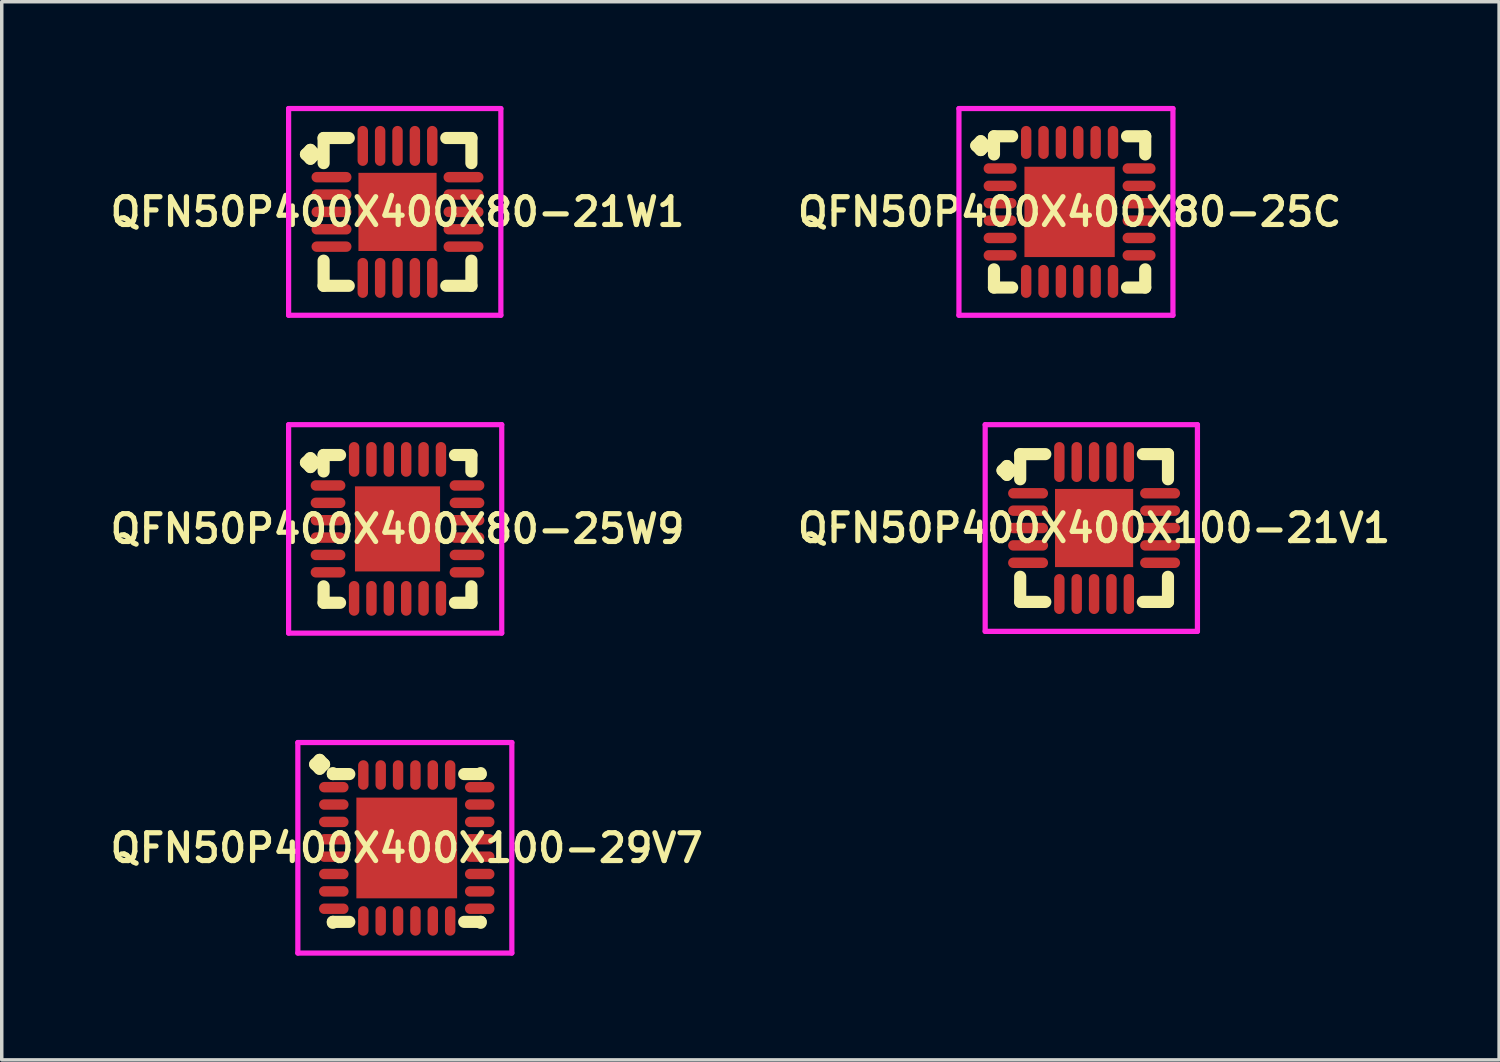
<source format=kicad_pcb>
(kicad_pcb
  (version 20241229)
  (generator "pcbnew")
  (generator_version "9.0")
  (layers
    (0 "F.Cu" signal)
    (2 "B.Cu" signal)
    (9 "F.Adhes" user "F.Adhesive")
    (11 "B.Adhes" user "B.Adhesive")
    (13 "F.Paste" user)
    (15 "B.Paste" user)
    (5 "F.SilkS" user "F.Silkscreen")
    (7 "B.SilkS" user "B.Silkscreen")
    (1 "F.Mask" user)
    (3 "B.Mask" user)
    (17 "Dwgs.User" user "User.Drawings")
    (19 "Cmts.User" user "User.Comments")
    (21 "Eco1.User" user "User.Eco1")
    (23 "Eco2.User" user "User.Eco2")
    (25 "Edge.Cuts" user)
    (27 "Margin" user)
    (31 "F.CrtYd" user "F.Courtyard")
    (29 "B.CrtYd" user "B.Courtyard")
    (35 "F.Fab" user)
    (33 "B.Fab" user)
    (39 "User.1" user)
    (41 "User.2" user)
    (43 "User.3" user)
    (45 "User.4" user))
  (footprint "QFN50P400X400X80-21W1"
    (layer "F.Cu")
    (at 8.393 3.05)
    (property "Reference" "QFN50P400X400X80-21W1" (at 0 0 0) (layer "F.SilkS") (effects (font (size 0.8 0.8) (thickness 0.15))))
    (attr smd)
    (fp_line (start -2.635 -1.658) (end -2.508 -1.785) (stroke (width 0.35) (type solid)) (layer "F.SilkS"))
    (fp_line (start -2.508 -1.785) (end -2.381 -1.658) (stroke (width 0.35) (type solid)) (layer "F.SilkS"))
    (fp_line (start -2.508 -1.531) (end -2.635 -1.658) (stroke (width 0.35) (type solid)) (layer "F.SilkS"))
    (fp_line (start -2.381 -1.658) (end -2.508 -1.531) (stroke (width 0.35) (type solid)) (layer "F.SilkS"))
    (fp_line (start -2.127 -2.127) (end -1.404 -2.127) (stroke (width 0.35) (type solid)) (layer "F.SilkS"))
    (fp_line (start -2.127 -1.404) (end -2.127 -2.127) (stroke (width 0.35) (type solid)) (layer "F.SilkS"))
    (fp_line (start -2.127 1.404) (end -2.127 2.127) (stroke (width 0.35) (type solid)) (layer "F.SilkS"))
    (fp_line (start -2.127 2.127) (end -1.404 2.127) (stroke (width 0.35) (type solid)) (layer "F.SilkS"))
    (fp_line (start 1.404 -2.127) (end 2.127 -2.127) (stroke (width 0.35) (type solid)) (layer "F.SilkS"))
    (fp_line (start 1.404 2.127) (end 2.127 2.127) (stroke (width 0.35) (type solid)) (layer "F.SilkS"))
    (fp_line (start 2.127 -2.127) (end 2.127 -1.404) (stroke (width 0.35) (type solid)) (layer "F.SilkS"))
    (fp_line (start 2.127 2.127) (end 2.127 1.404) (stroke (width 0.35) (type solid)) (layer "F.SilkS"))
    (fp_line (start -3.135 -2.975) (end 2.975 -2.975) (stroke (width 0.15) (type solid)) (layer "F.CrtYd"))
    (fp_line (start -3.135 2.975) (end -3.135 -2.975) (stroke (width 0.15) (type solid)) (layer "F.CrtYd"))
    (fp_line (start 2.975 -2.975) (end 2.975 2.975) (stroke (width 0.15) (type solid)) (layer "F.CrtYd"))
    (fp_line (start 2.975 2.975) (end -3.135 2.975) (stroke (width 0.15) (type solid)) (layer "F.CrtYd"))
    (pad "1" smd oval (at -1.9 -1) (size 1.15 0.3) (layers "F.Cu" "F.Mask" "F.Paste"))
    (pad "2" smd oval (at -1.9 -0.5) (size 1.15 0.3) (layers "F.Cu" "F.Mask" "F.Paste"))
    (pad "3" smd oval (at -1.9 0) (size 1.15 0.3) (layers "F.Cu" "F.Mask" "F.Paste"))
    (pad "4" smd oval (at -1.9 0.5) (size 1.15 0.3) (layers "F.Cu" "F.Mask" "F.Paste"))
    (pad "5" smd oval (at -1.9 1) (size 1.15 0.3) (layers "F.Cu" "F.Mask" "F.Paste"))
    (pad "6" smd oval (at -1 1.9) (size 0.3 1.15) (layers "F.Cu" "F.Mask" "F.Paste"))
    (pad "7" smd oval (at -0.5 1.9) (size 0.3 1.15) (layers "F.Cu" "F.Mask" "F.Paste"))
    (pad "8" smd oval (at 0 1.9) (size 0.3 1.15) (layers "F.Cu" "F.Mask" "F.Paste"))
    (pad "9" smd oval (at 0.5 1.9) (size 0.3 1.15) (layers "F.Cu" "F.Mask" "F.Paste"))
    (pad "10" smd oval (at 1 1.9) (size 0.3 1.15) (layers "F.Cu" "F.Mask" "F.Paste"))
    (pad "11" smd oval (at 1.9 1) (size 1.15 0.3) (layers "F.Cu" "F.Mask" "F.Paste"))
    (pad "12" smd oval (at 1.9 0.5) (size 1.15 0.3) (layers "F.Cu" "F.Mask" "F.Paste"))
    (pad "13" smd oval (at 1.9 0) (size 1.15 0.3) (layers "F.Cu" "F.Mask" "F.Paste"))
    (pad "14" smd oval (at 1.9 -0.5) (size 1.15 0.3) (layers "F.Cu" "F.Mask" "F.Paste"))
    (pad "15" smd oval (at 1.9 -1) (size 1.15 0.3) (layers "F.Cu" "F.Mask" "F.Paste"))
    (pad "16" smd oval (at 1 -1.9) (size 0.3 1.15) (layers "F.Cu" "F.Mask" "F.Paste"))
    (pad "17" smd oval (at 0.5 -1.9) (size 0.3 1.15) (layers "F.Cu" "F.Mask" "F.Paste"))
    (pad "18" smd oval (at 0 -1.9) (size 0.3 1.15) (layers "F.Cu" "F.Mask" "F.Paste"))
    (pad "19" smd oval (at -0.5 -1.9) (size 0.3 1.15) (layers "F.Cu" "F.Mask" "F.Paste"))
    (pad "20" smd oval (at -1 -1.9) (size 0.3 1.15) (layers "F.Cu" "F.Mask" "F.Paste"))
    (pad "21" smd rect (at 0 0) (size 2.25 2.25) (layers "F.Cu" "F.Mask" "F.Paste")))
  (footprint "QFN50P400X400X80-25C"
    (layer "F.Cu")
    (at 27.74 3.05)
    (property "Reference" "QFN50P400X400X80-25C" (at 0 0 0) (layer "F.SilkS") (effects (font (size 0.8 0.8) (thickness 0.15))))
    (attr smd)
    (fp_line (start -2.685 -1.908) (end -2.558 -2.035) (stroke (width 0.35) (type solid)) (layer "F.SilkS"))
    (fp_line (start -2.558 -2.035) (end -2.431 -1.908) (stroke (width 0.35) (type solid)) (layer "F.SilkS"))
    (fp_line (start -2.558 -1.781) (end -2.685 -1.908) (stroke (width 0.35) (type solid)) (layer "F.SilkS"))
    (fp_line (start -2.431 -1.908) (end -2.558 -1.781) (stroke (width 0.35) (type solid)) (layer "F.SilkS"))
    (fp_line (start -2.177 -2.177) (end -1.654 -2.177) (stroke (width 0.35) (type solid)) (layer "F.SilkS"))
    (fp_line (start -2.177 -1.654) (end -2.177 -2.177) (stroke (width 0.35) (type solid)) (layer "F.SilkS"))
    (fp_line (start -2.177 1.654) (end -2.177 2.177) (stroke (width 0.35) (type solid)) (layer "F.SilkS"))
    (fp_line (start -2.177 2.177) (end -1.654 2.177) (stroke (width 0.35) (type solid)) (layer "F.SilkS"))
    (fp_line (start 1.654 -2.177) (end 2.177 -2.177) (stroke (width 0.35) (type solid)) (layer "F.SilkS"))
    (fp_line (start 1.654 2.177) (end 2.177 2.177) (stroke (width 0.35) (type solid)) (layer "F.SilkS"))
    (fp_line (start 2.177 -2.177) (end 2.177 -1.654) (stroke (width 0.35) (type solid)) (layer "F.SilkS"))
    (fp_line (start 2.177 2.177) (end 2.177 1.654) (stroke (width 0.35) (type solid)) (layer "F.SilkS"))
    (fp_line (start -3.185 -2.975) (end 2.975 -2.975) (stroke (width 0.15) (type solid)) (layer "F.CrtYd"))
    (fp_line (start -3.185 2.975) (end -3.185 -2.975) (stroke (width 0.15) (type solid)) (layer "F.CrtYd"))
    (fp_line (start 2.975 -2.975) (end 2.975 2.975) (stroke (width 0.15) (type solid)) (layer "F.CrtYd"))
    (fp_line (start 2.975 2.975) (end -3.185 2.975) (stroke (width 0.15) (type solid)) (layer "F.CrtYd"))
    (pad "1" smd oval (at -2 -1.25) (size 0.95 0.3) (layers "F.Cu" "F.Mask" "F.Paste"))
    (pad "2" smd oval (at -2 -0.75) (size 0.95 0.3) (layers "F.Cu" "F.Mask" "F.Paste"))
    (pad "3" smd oval (at -2 -0.25) (size 0.95 0.3) (layers "F.Cu" "F.Mask" "F.Paste"))
    (pad "4" smd oval (at -2 0.25) (size 0.95 0.3) (layers "F.Cu" "F.Mask" "F.Paste"))
    (pad "5" smd oval (at -2 0.75) (size 0.95 0.3) (layers "F.Cu" "F.Mask" "F.Paste"))
    (pad "6" smd oval (at -2 1.25) (size 0.95 0.3) (layers "F.Cu" "F.Mask" "F.Paste"))
    (pad "7" smd oval (at -1.25 2) (size 0.3 0.95) (layers "F.Cu" "F.Mask" "F.Paste"))
    (pad "8" smd oval (at -0.75 2) (size 0.3 0.95) (layers "F.Cu" "F.Mask" "F.Paste"))
    (pad "9" smd oval (at -0.25 2) (size 0.3 0.95) (layers "F.Cu" "F.Mask" "F.Paste"))
    (pad "10" smd oval (at 0.25 2) (size 0.3 0.95) (layers "F.Cu" "F.Mask" "F.Paste"))
    (pad "11" smd oval (at 0.75 2) (size 0.3 0.95) (layers "F.Cu" "F.Mask" "F.Paste"))
    (pad "12" smd oval (at 1.25 2) (size 0.3 0.95) (layers "F.Cu" "F.Mask" "F.Paste"))
    (pad "13" smd oval (at 2 1.25) (size 0.95 0.3) (layers "F.Cu" "F.Mask" "F.Paste"))
    (pad "14" smd oval (at 2 0.75) (size 0.95 0.3) (layers "F.Cu" "F.Mask" "F.Paste"))
    (pad "15" smd oval (at 2 0.25) (size 0.95 0.3) (layers "F.Cu" "F.Mask" "F.Paste"))
    (pad "16" smd oval (at 2 -0.25) (size 0.95 0.3) (layers "F.Cu" "F.Mask" "F.Paste"))
    (pad "17" smd oval (at 2 -0.75) (size 0.95 0.3) (layers "F.Cu" "F.Mask" "F.Paste"))
    (pad "18" smd oval (at 2 -1.25) (size 0.95 0.3) (layers "F.Cu" "F.Mask" "F.Paste"))
    (pad "19" smd oval (at 1.25 -2) (size 0.3 0.95) (layers "F.Cu" "F.Mask" "F.Paste"))
    (pad "20" smd oval (at 0.75 -2) (size 0.3 0.95) (layers "F.Cu" "F.Mask" "F.Paste"))
    (pad "21" smd oval (at 0.25 -2) (size 0.3 0.95) (layers "F.Cu" "F.Mask" "F.Paste"))
    (pad "22" smd oval (at -0.25 -2) (size 0.3 0.95) (layers "F.Cu" "F.Mask" "F.Paste"))
    (pad "23" smd oval (at -0.75 -2) (size 0.3 0.95) (layers "F.Cu" "F.Mask" "F.Paste"))
    (pad "24" smd oval (at -1.25 -2) (size 0.3 0.95) (layers "F.Cu" "F.Mask" "F.Paste"))
    (pad "25" smd rect (at 0 0) (size 2.6 2.6) (layers "F.Cu" "F.Mask" "F.Paste")))
  (footprint "QFN50P400X400X100-29V7"
    (layer "F.Cu")
    (at 8.659 21.36)
    (property "Reference" "QFN50P400X400X100-29V7" (at 0 0 0) (layer "F.SilkS") (effects (font (size 0.8 0.8) (thickness 0.15))))
    (attr smd)
    (fp_line (start -2.635 -2.408) (end -2.508 -2.535) (stroke (width 0.35) (type solid)) (layer "F.SilkS"))
    (fp_line (start -2.508 -2.535) (end -2.381 -2.408) (stroke (width 0.35) (type solid)) (layer "F.SilkS"))
    (fp_line (start -2.508 -2.281) (end -2.635 -2.408) (stroke (width 0.35) (type solid)) (layer "F.SilkS"))
    (fp_line (start -2.381 -2.408) (end -2.508 -2.281) (stroke (width 0.35) (type solid)) (layer "F.SilkS"))
    (fp_line (start -2.127 -2.154) (end -2.127 -2.127) (stroke (width 0.35) (type solid)) (layer "F.SilkS"))
    (fp_line (start -2.127 -2.127) (end -1.654 -2.127) (stroke (width 0.35) (type solid)) (layer "F.SilkS"))
    (fp_line (start -2.127 2.127) (end -1.654 2.127) (stroke (width 0.35) (type solid)) (layer "F.SilkS"))
    (fp_line (start -2.127 2.154) (end -2.127 2.127) (stroke (width 0.35) (type solid)) (layer "F.SilkS"))
    (fp_line (start 1.654 -2.127) (end 2.127 -2.127) (stroke (width 0.35) (type solid)) (layer "F.SilkS"))
    (fp_line (start 1.654 2.127) (end 2.127 2.127) (stroke (width 0.35) (type solid)) (layer "F.SilkS"))
    (fp_line (start 2.127 -2.127) (end 2.127 -2.154) (stroke (width 0.35) (type solid)) (layer "F.SilkS"))
    (fp_line (start 2.127 2.127) (end 2.127 2.154) (stroke (width 0.35) (type solid)) (layer "F.SilkS"))
    (fp_line (start -3.135 -3.035) (end 3.025 -3.035) (stroke (width 0.15) (type solid)) (layer "F.CrtYd"))
    (fp_line (start -3.135 3.025) (end -3.135 -3.035) (stroke (width 0.15) (type solid)) (layer "F.CrtYd"))
    (fp_line (start 3.025 -3.035) (end 3.025 3.025) (stroke (width 0.15) (type solid)) (layer "F.CrtYd"))
    (fp_line (start 3.025 3.025) (end -3.135 3.025) (stroke (width 0.15) (type solid)) (layer "F.CrtYd"))
    (pad "1" smd oval (at -2.1 -1.75) (size 0.85 0.3) (layers "F.Cu" "F.Mask" "F.Paste"))
    (pad "2" smd oval (at -2.1 -1.25) (size 0.85 0.3) (layers "F.Cu" "F.Mask" "F.Paste"))
    (pad "3" smd oval (at -2.1 -0.75) (size 0.85 0.3) (layers "F.Cu" "F.Mask" "F.Paste"))
    (pad "4" smd oval (at -2.1 -0.25) (size 0.85 0.3) (layers "F.Cu" "F.Mask" "F.Paste"))
    (pad "5" smd oval (at -2.1 0.25) (size 0.85 0.3) (layers "F.Cu" "F.Mask" "F.Paste"))
    (pad "6" smd oval (at -2.1 0.75) (size 0.85 0.3) (layers "F.Cu" "F.Mask" "F.Paste"))
    (pad "7" smd oval (at -2.1 1.25) (size 0.85 0.3) (layers "F.Cu" "F.Mask" "F.Paste"))
    (pad "8" smd oval (at -2.1 1.75) (size 0.85 0.3) (layers "F.Cu" "F.Mask" "F.Paste"))
    (pad "9" smd oval (at -1.25 2.1) (size 0.3 0.85) (layers "F.Cu" "F.Mask" "F.Paste"))
    (pad "10" smd oval (at -0.75 2.1) (size 0.3 0.85) (layers "F.Cu" "F.Mask" "F.Paste"))
    (pad "11" smd oval (at -0.25 2.1) (size 0.3 0.85) (layers "F.Cu" "F.Mask" "F.Paste"))
    (pad "12" smd oval (at 0.25 2.1) (size 0.3 0.85) (layers "F.Cu" "F.Mask" "F.Paste"))
    (pad "13" smd oval (at 0.75 2.1) (size 0.3 0.85) (layers "F.Cu" "F.Mask" "F.Paste"))
    (pad "14" smd oval (at 1.25 2.1) (size 0.3 0.85) (layers "F.Cu" "F.Mask" "F.Paste"))
    (pad "15" smd oval (at 2.1 1.75) (size 0.85 0.3) (layers "F.Cu" "F.Mask" "F.Paste"))
    (pad "16" smd oval (at 2.1 1.25) (size 0.85 0.3) (layers "F.Cu" "F.Mask" "F.Paste"))
    (pad "17" smd oval (at 2.1 0.75) (size 0.85 0.3) (layers "F.Cu" "F.Mask" "F.Paste"))
    (pad "18" smd oval (at 2.1 0.25) (size 0.85 0.3) (layers "F.Cu" "F.Mask" "F.Paste"))
    (pad "19" smd oval (at 2.1 -0.25) (size 0.85 0.3) (layers "F.Cu" "F.Mask" "F.Paste"))
    (pad "20" smd oval (at 2.1 -0.75) (size 0.85 0.3) (layers "F.Cu" "F.Mask" "F.Paste"))
    (pad "21" smd oval (at 2.1 -1.25) (size 0.85 0.3) (layers "F.Cu" "F.Mask" "F.Paste"))
    (pad "22" smd oval (at 2.1 -1.75) (size 0.85 0.3) (layers "F.Cu" "F.Mask" "F.Paste"))
    (pad "23" smd oval (at 1.25 -2.1) (size 0.3 0.85) (layers "F.Cu" "F.Mask" "F.Paste"))
    (pad "24" smd oval (at 0.75 -2.1) (size 0.3 0.85) (layers "F.Cu" "F.Mask" "F.Paste"))
    (pad "25" smd oval (at 0.25 -2.1) (size 0.3 0.85) (layers "F.Cu" "F.Mask" "F.Paste"))
    (pad "26" smd oval (at -0.25 -2.1) (size 0.3 0.85) (layers "F.Cu" "F.Mask" "F.Paste"))
    (pad "27" smd oval (at -0.75 -2.1) (size 0.3 0.85) (layers "F.Cu" "F.Mask" "F.Paste"))
    (pad "28" smd oval (at -1.25 -2.1) (size 0.3 0.85) (layers "F.Cu" "F.Mask" "F.Paste"))
    (pad "29" smd rect (at 0 0) (size 2.9 2.9) (layers "F.Cu" "F.Mask" "F.Paste")))
  (footprint "QFN50P400X400X100-21V1"
    (layer "F.Cu")
    (at 28.445 12.15)
    (property "Reference" "QFN50P400X400X100-21V1" (at 0 0 0) (layer "F.SilkS") (effects (font (size 0.8 0.8) (thickness 0.15))))
    (attr smd)
    (fp_line (start -2.635 -1.658) (end -2.508 -1.785) (stroke (width 0.35) (type solid)) (layer "F.SilkS"))
    (fp_line (start -2.508 -1.785) (end -2.381 -1.658) (stroke (width 0.35) (type solid)) (layer "F.SilkS"))
    (fp_line (start -2.508 -1.531) (end -2.635 -1.658) (stroke (width 0.35) (type solid)) (layer "F.SilkS"))
    (fp_line (start -2.381 -1.658) (end -2.508 -1.531) (stroke (width 0.35) (type solid)) (layer "F.SilkS"))
    (fp_line (start -2.127 -2.127) (end -1.404 -2.127) (stroke (width 0.35) (type solid)) (layer "F.SilkS"))
    (fp_line (start -2.127 -1.404) (end -2.127 -2.127) (stroke (width 0.35) (type solid)) (layer "F.SilkS"))
    (fp_line (start -2.127 1.404) (end -2.127 2.127) (stroke (width 0.35) (type solid)) (layer "F.SilkS"))
    (fp_line (start -2.127 2.127) (end -1.404 2.127) (stroke (width 0.35) (type solid)) (layer "F.SilkS"))
    (fp_line (start 1.404 -2.127) (end 2.127 -2.127) (stroke (width 0.35) (type solid)) (layer "F.SilkS"))
    (fp_line (start 1.404 2.127) (end 2.127 2.127) (stroke (width 0.35) (type solid)) (layer "F.SilkS"))
    (fp_line (start 2.127 -2.127) (end 2.127 -1.404) (stroke (width 0.35) (type solid)) (layer "F.SilkS"))
    (fp_line (start 2.127 2.127) (end 2.127 1.404) (stroke (width 0.35) (type solid)) (layer "F.SilkS"))
    (fp_line (start -3.135 -2.975) (end 2.975 -2.975) (stroke (width 0.15) (type solid)) (layer "F.CrtYd"))
    (fp_line (start -3.135 2.975) (end -3.135 -2.975) (stroke (width 0.15) (type solid)) (layer "F.CrtYd"))
    (fp_line (start 2.975 -2.975) (end 2.975 2.975) (stroke (width 0.15) (type solid)) (layer "F.CrtYd"))
    (fp_line (start 2.975 2.975) (end -3.135 2.975) (stroke (width 0.15) (type solid)) (layer "F.CrtYd"))
    (pad "1" smd oval (at -1.9 -1) (size 1.15 0.3) (layers "F.Cu" "F.Mask" "F.Paste"))
    (pad "2" smd oval (at -1.9 -0.5) (size 1.15 0.3) (layers "F.Cu" "F.Mask" "F.Paste"))
    (pad "3" smd oval (at -1.9 0) (size 1.15 0.3) (layers "F.Cu" "F.Mask" "F.Paste"))
    (pad "4" smd oval (at -1.9 0.5) (size 1.15 0.3) (layers "F.Cu" "F.Mask" "F.Paste"))
    (pad "5" smd oval (at -1.9 1) (size 1.15 0.3) (layers "F.Cu" "F.Mask" "F.Paste"))
    (pad "6" smd oval (at -1 1.9) (size 0.3 1.15) (layers "F.Cu" "F.Mask" "F.Paste"))
    (pad "7" smd oval (at -0.5 1.9) (size 0.3 1.15) (layers "F.Cu" "F.Mask" "F.Paste"))
    (pad "8" smd oval (at 0 1.9) (size 0.3 1.15) (layers "F.Cu" "F.Mask" "F.Paste"))
    (pad "9" smd oval (at 0.5 1.9) (size 0.3 1.15) (layers "F.Cu" "F.Mask" "F.Paste"))
    (pad "10" smd oval (at 1 1.9) (size 0.3 1.15) (layers "F.Cu" "F.Mask" "F.Paste"))
    (pad "11" smd oval (at 1.9 1) (size 1.15 0.3) (layers "F.Cu" "F.Mask" "F.Paste"))
    (pad "12" smd oval (at 1.9 0.5) (size 1.15 0.3) (layers "F.Cu" "F.Mask" "F.Paste"))
    (pad "13" smd oval (at 1.9 0) (size 1.15 0.3) (layers "F.Cu" "F.Mask" "F.Paste"))
    (pad "14" smd oval (at 1.9 -0.5) (size 1.15 0.3) (layers "F.Cu" "F.Mask" "F.Paste"))
    (pad "15" smd oval (at 1.9 -1) (size 1.15 0.3) (layers "F.Cu" "F.Mask" "F.Paste"))
    (pad "16" smd oval (at 1 -1.9) (size 0.3 1.15) (layers "F.Cu" "F.Mask" "F.Paste"))
    (pad "17" smd oval (at 0.5 -1.9) (size 0.3 1.15) (layers "F.Cu" "F.Mask" "F.Paste"))
    (pad "18" smd oval (at 0 -1.9) (size 0.3 1.15) (layers "F.Cu" "F.Mask" "F.Paste"))
    (pad "19" smd oval (at -0.5 -1.9) (size 0.3 1.15) (layers "F.Cu" "F.Mask" "F.Paste"))
    (pad "20" smd oval (at -1 -1.9) (size 0.3 1.15) (layers "F.Cu" "F.Mask" "F.Paste"))
    (pad "21" smd rect (at 0 0) (size 2.25 2.25) (layers "F.Cu" "F.Mask" "F.Paste")))
  (footprint "QFN50P400X400X80-25W9"
    (layer "F.Cu")
    (at 8.393 12.175)
    (property "Reference" "QFN50P400X400X80-25W9" (at 0 0 0) (layer "F.SilkS") (effects (font (size 0.8 0.8) (thickness 0.15))))
    (attr smd)
    (fp_line (start -2.635 -1.908) (end -2.508 -2.035) (stroke (width 0.35) (type solid)) (layer "F.SilkS"))
    (fp_line (start -2.508 -2.035) (end -2.381 -1.908) (stroke (width 0.35) (type solid)) (layer "F.SilkS"))
    (fp_line (start -2.508 -1.781) (end -2.635 -1.908) (stroke (width 0.35) (type solid)) (layer "F.SilkS"))
    (fp_line (start -2.381 -1.908) (end -2.508 -1.781) (stroke (width 0.35) (type solid)) (layer "F.SilkS"))
    (fp_line (start -2.127 -2.127) (end -1.654 -2.127) (stroke (width 0.35) (type solid)) (layer "F.SilkS"))
    (fp_line (start -2.127 -1.654) (end -2.127 -2.127) (stroke (width 0.35) (type solid)) (layer "F.SilkS"))
    (fp_line (start -2.127 1.654) (end -2.127 2.127) (stroke (width 0.35) (type solid)) (layer "F.SilkS"))
    (fp_line (start -2.127 2.127) (end -1.654 2.127) (stroke (width 0.35) (type solid)) (layer "F.SilkS"))
    (fp_line (start 1.654 -2.127) (end 2.127 -2.127) (stroke (width 0.35) (type solid)) (layer "F.SilkS"))
    (fp_line (start 1.654 2.127) (end 2.127 2.127) (stroke (width 0.35) (type solid)) (layer "F.SilkS"))
    (fp_line (start 2.127 -2.127) (end 2.127 -1.654) (stroke (width 0.35) (type solid)) (layer "F.SilkS"))
    (fp_line (start 2.127 2.127) (end 2.127 1.654) (stroke (width 0.35) (type solid)) (layer "F.SilkS"))
    (fp_line (start -3.135 -3) (end 3 -3) (stroke (width 0.15) (type solid)) (layer "F.CrtYd"))
    (fp_line (start -3.135 3) (end -3.135 -3) (stroke (width 0.15) (type solid)) (layer "F.CrtYd"))
    (fp_line (start 3 -3) (end 3 3) (stroke (width 0.15) (type solid)) (layer "F.CrtYd"))
    (fp_line (start 3 3) (end -3.135 3) (stroke (width 0.15) (type solid)) (layer "F.CrtYd"))
    (pad "1" smd oval (at -2 -1.25) (size 1 0.3) (layers "F.Cu" "F.Mask" "F.Paste"))
    (pad "2" smd oval (at -2 -0.75) (size 1 0.3) (layers "F.Cu" "F.Mask" "F.Paste"))
    (pad "3" smd oval (at -2 -0.25) (size 1 0.3) (layers "F.Cu" "F.Mask" "F.Paste"))
    (pad "4" smd oval (at -2 0.25) (size 1 0.3) (layers "F.Cu" "F.Mask" "F.Paste"))
    (pad "5" smd oval (at -2 0.75) (size 1 0.3) (layers "F.Cu" "F.Mask" "F.Paste"))
    (pad "6" smd oval (at -2 1.25) (size 1 0.3) (layers "F.Cu" "F.Mask" "F.Paste"))
    (pad "7" smd oval (at -1.25 2) (size 0.3 1) (layers "F.Cu" "F.Mask" "F.Paste"))
    (pad "8" smd oval (at -0.75 2) (size 0.3 1) (layers "F.Cu" "F.Mask" "F.Paste"))
    (pad "9" smd oval (at -0.25 2) (size 0.3 1) (layers "F.Cu" "F.Mask" "F.Paste"))
    (pad "10" smd oval (at 0.25 2) (size 0.3 1) (layers "F.Cu" "F.Mask" "F.Paste"))
    (pad "11" smd oval (at 0.75 2) (size 0.3 1) (layers "F.Cu" "F.Mask" "F.Paste"))
    (pad "12" smd oval (at 1.25 2) (size 0.3 1) (layers "F.Cu" "F.Mask" "F.Paste"))
    (pad "13" smd oval (at 2 1.25) (size 1 0.3) (layers "F.Cu" "F.Mask" "F.Paste"))
    (pad "14" smd oval (at 2 0.75) (size 1 0.3) (layers "F.Cu" "F.Mask" "F.Paste"))
    (pad "15" smd oval (at 2 0.25) (size 1 0.3) (layers "F.Cu" "F.Mask" "F.Paste"))
    (pad "16" smd oval (at 2 -0.25) (size 1 0.3) (layers "F.Cu" "F.Mask" "F.Paste"))
    (pad "17" smd oval (at 2 -0.75) (size 1 0.3) (layers "F.Cu" "F.Mask" "F.Paste"))
    (pad "18" smd oval (at 2 -1.25) (size 1 0.3) (layers "F.Cu" "F.Mask" "F.Paste"))
    (pad "19" smd oval (at 1.25 -2) (size 0.3 1) (layers "F.Cu" "F.Mask" "F.Paste"))
    (pad "20" smd oval (at 0.75 -2) (size 0.3 1) (layers "F.Cu" "F.Mask" "F.Paste"))
    (pad "21" smd oval (at 0.25 -2) (size 0.3 1) (layers "F.Cu" "F.Mask" "F.Paste"))
    (pad "22" smd oval (at -0.25 -2) (size 0.3 1) (layers "F.Cu" "F.Mask" "F.Paste"))
    (pad "23" smd oval (at -0.75 -2) (size 0.3 1) (layers "F.Cu" "F.Mask" "F.Paste"))
    (pad "24" smd oval (at -1.25 -2) (size 0.3 1) (layers "F.Cu" "F.Mask" "F.Paste"))
    (pad "25" smd rect (at 0 0) (size 2.45 2.45) (layers "F.Cu" "F.Mask" "F.Paste")))
  (gr_rect
    (start -3 -3)
    (end 40.104 27.46)
    (stroke (width 0.1) (type default))
    (fill no)
    (layer "Edge.Cuts")))
</source>
